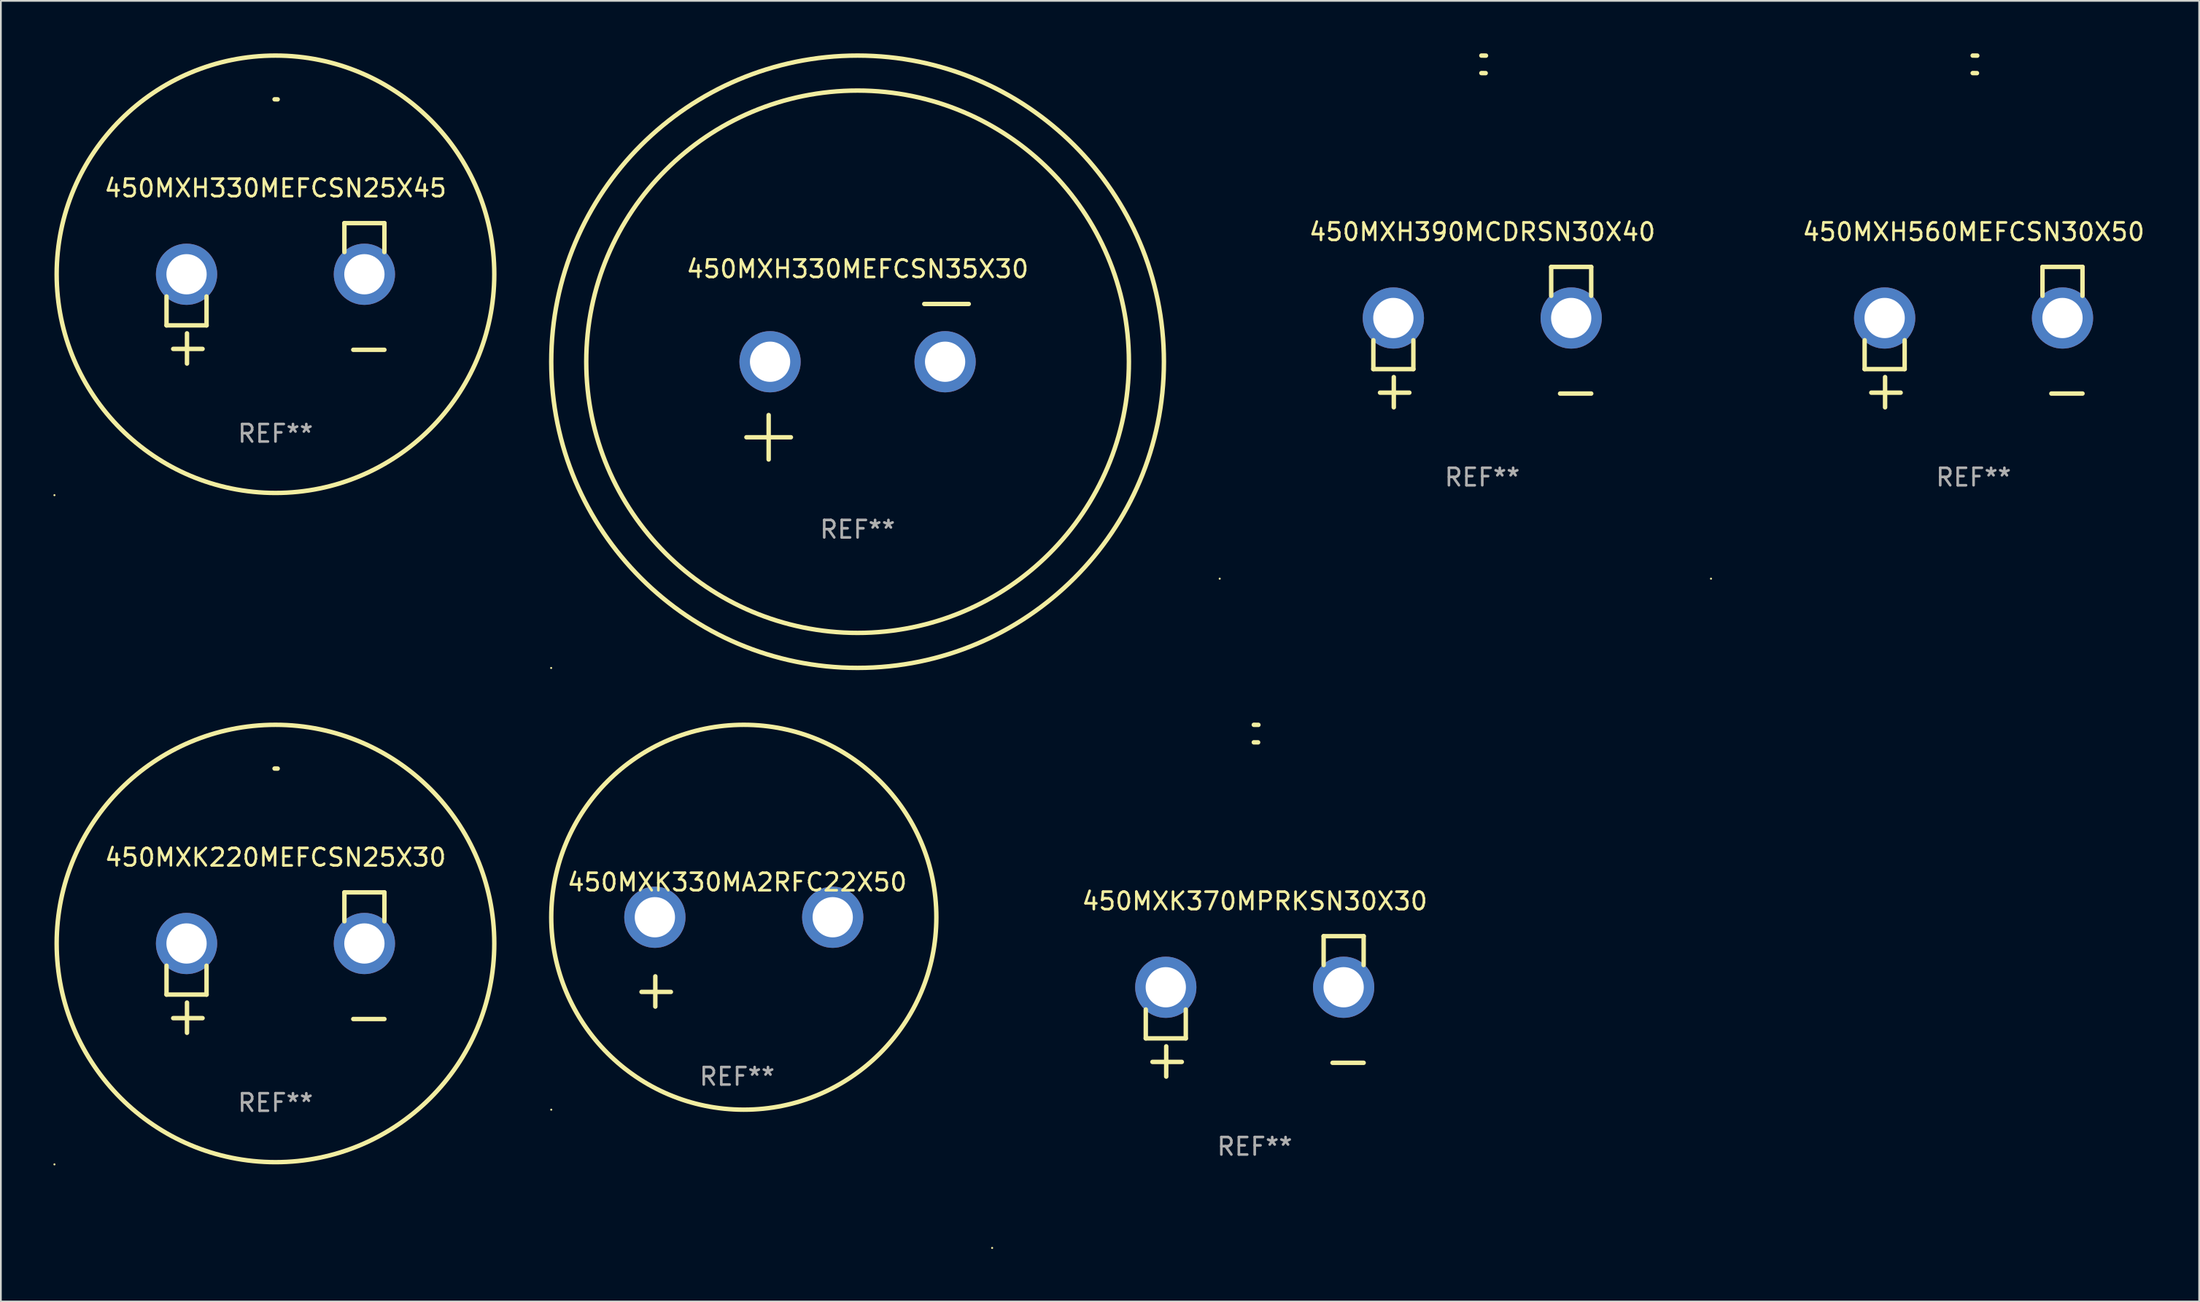
<source format=kicad_pcb>
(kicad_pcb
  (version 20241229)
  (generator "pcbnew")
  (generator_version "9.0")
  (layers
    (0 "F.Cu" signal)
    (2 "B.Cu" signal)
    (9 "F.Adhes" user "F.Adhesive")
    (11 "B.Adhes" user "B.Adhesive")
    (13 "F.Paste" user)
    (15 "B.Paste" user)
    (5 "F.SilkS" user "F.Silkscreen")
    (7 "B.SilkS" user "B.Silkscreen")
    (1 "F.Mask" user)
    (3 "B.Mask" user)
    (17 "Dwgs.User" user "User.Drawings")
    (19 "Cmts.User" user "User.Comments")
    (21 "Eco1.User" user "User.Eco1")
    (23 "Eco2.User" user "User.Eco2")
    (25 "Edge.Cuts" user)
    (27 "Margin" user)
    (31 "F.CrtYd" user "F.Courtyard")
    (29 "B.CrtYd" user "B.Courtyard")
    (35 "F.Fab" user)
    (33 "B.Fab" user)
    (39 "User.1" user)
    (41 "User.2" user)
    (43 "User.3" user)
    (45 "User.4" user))
  (footprint "450MXK370MPRKSN30X30"
    (layer "F.Cu")
    (at 68.628 54.475)
    (property "Reference" "450MXK370MPRKSN30X30" (at 0 -6.013 0) (layer "F.SilkS") (effects (font (size 1 1) (thickness 0.15))))
    (attr through_hole)
    (fp_line (start -6.223 0.178) (end -6.223 1.829) (stroke (width 0.254) (type solid)) (layer "F.SilkS"))
    (fp_line (start -6.223 1.829) (end -3.937 1.829) (stroke (width 0.254) (type solid)) (layer "F.SilkS"))
    (fp_line (start -5.055 4.013) (end -5.055 2.286) (stroke (width 0.254) (type solid)) (layer "F.SilkS"))
    (fp_line (start -4.166 3.175) (end -5.842 3.175) (stroke (width 0.254) (type solid)) (layer "F.SilkS"))
    (fp_line (start -3.937 1.829) (end -3.937 0.178) (stroke (width 0.254) (type solid)) (layer "F.SilkS"))
    (fp_line (start 3.937 -4.013) (end 3.937 -2.362) (stroke (width 0.254) (type solid)) (layer "F.SilkS"))
    (fp_line (start 6.223 -4.013) (end 3.937 -4.013) (stroke (width 0.254) (type solid)) (layer "F.SilkS"))
    (fp_line (start 6.223 -2.362) (end 6.223 -4.013) (stroke (width 0.254) (type solid)) (layer "F.SilkS"))
    (fp_line (start 6.223 3.226) (end 4.445 3.226) (stroke (width 0.254) (type solid)) (layer "F.SilkS"))
    (fp_arc (start -0.0508 -16.093472) (mid 0.080016 -16.092762) (end 0.210821 -16.090932) (stroke (width 0.254001) (type solid)) (layer "F.SilkS"))
    (fp_arc (start -0.0508 -15.09271) (mid 0.071125 -15.091961) (end 0.19304 -15.09017) (stroke (width 0.254001) (type solid)) (layer "F.SilkS"))
    (fp_circle (center -15 13.808) (end -14.97 13.808) (stroke (width 0.06) (type solid)) (fill no) (layer "F.SilkS"))
    (fp_text user "REF**" (at 0 8.013 0) (layer "F.Fab") (effects (font (size 1 1) (thickness 0.15))))
    (pad "1" thru_hole circle (at -5.08 -1.092) (size 3.5 3.5) (drill 2.3) (layers "*.Cu" "*.Mask"))
    (pad "2" thru_hole circle (at 5.08 -1.092) (size 3.5 3.5) (drill 2.3) (layers "*.Cu" "*.Mask")))
  (footprint "450MXH560MEFCSN30X50"
    (layer "F.Cu")
    (at 109.694 16.22)
    (property "Reference" "450MXH560MEFCSN30X50" (at 0 -6.013 0) (layer "F.SilkS") (effects (font (size 1 1) (thickness 0.15))))
    (attr through_hole)
    (fp_line (start -6.223 0.178) (end -6.223 1.829) (stroke (width 0.254) (type solid)) (layer "F.SilkS"))
    (fp_line (start -6.223 1.829) (end -3.937 1.829) (stroke (width 0.254) (type solid)) (layer "F.SilkS"))
    (fp_line (start -5.055 4.013) (end -5.055 2.286) (stroke (width 0.254) (type solid)) (layer "F.SilkS"))
    (fp_line (start -4.166 3.175) (end -5.842 3.175) (stroke (width 0.254) (type solid)) (layer "F.SilkS"))
    (fp_line (start -3.937 1.829) (end -3.937 0.178) (stroke (width 0.254) (type solid)) (layer "F.SilkS"))
    (fp_line (start 3.937 -4.013) (end 3.937 -2.362) (stroke (width 0.254) (type solid)) (layer "F.SilkS"))
    (fp_line (start 6.223 -4.013) (end 3.937 -4.013) (stroke (width 0.254) (type solid)) (layer "F.SilkS"))
    (fp_line (start 6.223 -2.362) (end 6.223 -4.013) (stroke (width 0.254) (type solid)) (layer "F.SilkS"))
    (fp_line (start 6.223 3.226) (end 4.445 3.226) (stroke (width 0.254) (type solid)) (layer "F.SilkS"))
    (fp_arc (start -0.0508 -16.093472) (mid 0.080016 -16.092762) (end 0.210821 -16.090932) (stroke (width 0.254001) (type solid)) (layer "F.SilkS"))
    (fp_arc (start -0.0508 -15.09271) (mid 0.071125 -15.091961) (end 0.19304 -15.09017) (stroke (width 0.254001) (type solid)) (layer "F.SilkS"))
    (fp_circle (center -15 13.808) (end -14.97 13.808) (stroke (width 0.06) (type solid)) (fill no) (layer "F.SilkS"))
    (fp_text user "REF**" (at 0 8.013 0) (layer "F.Fab") (effects (font (size 1 1) (thickness 0.15))))
    (pad "1" thru_hole circle (at -5.08 -1.092) (size 3.5 3.5) (drill 2.3) (layers "*.Cu" "*.Mask"))
    (pad "2" thru_hole circle (at 5.08 -1.092) (size 3.5 3.5) (drill 2.3) (layers "*.Cu" "*.Mask")))
  (footprint "450MXH330MEFCSN25X45"
    (layer "F.Cu")
    (at 12.687 13.719)
    (property "Reference" "450MXH330MEFCSN25X45" (at 0 -6.013 0) (layer "F.SilkS") (effects (font (size 1 1) (thickness 0.15))))
    (attr through_hole)
    (fp_line (start -6.223 0.178) (end -6.223 1.829) (stroke (width 0.254) (type solid)) (layer "F.SilkS"))
    (fp_line (start -6.223 1.829) (end -3.937 1.829) (stroke (width 0.254) (type solid)) (layer "F.SilkS"))
    (fp_line (start -5.055 4.013) (end -5.055 2.286) (stroke (width 0.254) (type solid)) (layer "F.SilkS"))
    (fp_line (start -4.166 3.175) (end -5.842 3.175) (stroke (width 0.254) (type solid)) (layer "F.SilkS"))
    (fp_line (start -3.937 1.829) (end -3.937 0.178) (stroke (width 0.254) (type solid)) (layer "F.SilkS"))
    (fp_line (start 3.937 -4.013) (end 3.937 -2.362) (stroke (width 0.254) (type solid)) (layer "F.SilkS"))
    (fp_line (start 6.223 -4.013) (end 3.937 -4.013) (stroke (width 0.254) (type solid)) (layer "F.SilkS"))
    (fp_line (start 6.223 -2.362) (end 6.223 -4.013) (stroke (width 0.254) (type solid)) (layer "F.SilkS"))
    (fp_line (start 6.223 3.226) (end 4.445 3.226) (stroke (width 0.254) (type solid)) (layer "F.SilkS"))
    (fp_arc (start -0.0508 -11.092202) (mid 0.036835 -11.091307) (end 0.12446 -11.089662) (stroke (width 0.254001) (type solid)) (layer "F.SilkS"))
    (fp_circle (center -12.627 11.535) (end -12.597 11.535) (stroke (width 0.06) (type solid)) (fill no) (layer "F.SilkS"))
    (fp_circle (center 0 -1.092) (end 12.5 -1.092) (stroke (width 0.254) (type solid)) (fill no) (layer "F.SilkS"))
    (fp_text user "REF**" (at 0 8.013 0) (layer "F.Fab") (effects (font (size 1 1) (thickness 0.15))))
    (pad "1" thru_hole circle (at -5.08 -1.092) (size 3.5 3.5) (drill 2.3) (layers "*.Cu" "*.Mask"))
    (pad "2" thru_hole circle (at 5.08 -1.092) (size 3.5 3.5) (drill 2.3) (layers "*.Cu" "*.Mask")))
  (footprint "450MXH330MEFCSN35X30"
    (layer "F.Cu")
    (at 45.941 18.77)
    (property "Reference" "450MXH330MEFCSN35X30" (at 0 -6.445 0) (layer "F.SilkS") (effects (font (size 1 1) (thickness 0.15))))
    (attr through_hole)
    (fp_line (start -6.35 3.175) (end -3.81 3.175) (stroke (width 0.254) (type solid)) (layer "F.SilkS"))
    (fp_line (start -5.08 1.905) (end -5.08 4.445) (stroke (width 0.254) (type solid)) (layer "F.SilkS"))
    (fp_line (start 3.81 -4.445) (end 6.35 -4.445) (stroke (width 0.254) (type solid)) (layer "F.SilkS"))
    (fp_circle (center -17.505 16.362) (end -17.475 16.362) (stroke (width 0.06) (type solid)) (fill no) (layer "F.SilkS"))
    (fp_circle (center 0 -1.143) (end 15.5 -1.143) (stroke (width 0.254) (type solid)) (fill no) (layer "F.SilkS"))
    (fp_circle (center 0 -1.143) (end 17.5 -1.143) (stroke (width 0.254) (type solid)) (fill no) (layer "F.SilkS"))
    (fp_text user "REF**" (at 0 8.445 0) (layer "F.Fab") (effects (font (size 1 1) (thickness 0.15))))
    (pad "1" thru_hole circle (at -5 -1.143) (size 3.5 3.5) (drill 2.3) (layers "*.Cu" "*.Mask"))
    (pad "2" thru_hole circle (at 5 -1.143) (size 3.5 3.5) (drill 2.3) (layers "*.Cu" "*.Mask")))
  (footprint "450MXH390MCDRSN30X40"
    (layer "F.Cu")
    (at 81.628 16.22)
    (property "Reference" "450MXH390MCDRSN30X40" (at 0 -6.013 0) (layer "F.SilkS") (effects (font (size 1 1) (thickness 0.15))))
    (attr through_hole)
    (fp_line (start -6.223 0.178) (end -6.223 1.829) (stroke (width 0.254) (type solid)) (layer "F.SilkS"))
    (fp_line (start -6.223 1.829) (end -3.937 1.829) (stroke (width 0.254) (type solid)) (layer "F.SilkS"))
    (fp_line (start -5.055 4.013) (end -5.055 2.286) (stroke (width 0.254) (type solid)) (layer "F.SilkS"))
    (fp_line (start -4.166 3.175) (end -5.842 3.175) (stroke (width 0.254) (type solid)) (layer "F.SilkS"))
    (fp_line (start -3.937 1.829) (end -3.937 0.178) (stroke (width 0.254) (type solid)) (layer "F.SilkS"))
    (fp_line (start 3.937 -4.013) (end 3.937 -2.362) (stroke (width 0.254) (type solid)) (layer "F.SilkS"))
    (fp_line (start 6.223 -4.013) (end 3.937 -4.013) (stroke (width 0.254) (type solid)) (layer "F.SilkS"))
    (fp_line (start 6.223 -2.362) (end 6.223 -4.013) (stroke (width 0.254) (type solid)) (layer "F.SilkS"))
    (fp_line (start 6.223 3.226) (end 4.445 3.226) (stroke (width 0.254) (type solid)) (layer "F.SilkS"))
    (fp_arc (start -0.0508 -16.093472) (mid 0.080016 -16.092762) (end 0.210821 -16.090932) (stroke (width 0.254001) (type solid)) (layer "F.SilkS"))
    (fp_arc (start -0.0508 -15.09271) (mid 0.071125 -15.091961) (end 0.19304 -15.09017) (stroke (width 0.254001) (type solid)) (layer "F.SilkS"))
    (fp_circle (center -15 13.808) (end -14.97 13.808) (stroke (width 0.06) (type solid)) (fill no) (layer "F.SilkS"))
    (fp_text user "REF**" (at 0 8.013 0) (layer "F.Fab") (effects (font (size 1 1) (thickness 0.15))))
    (pad "1" thru_hole circle (at -5.08 -1.092) (size 3.5 3.5) (drill 2.3) (layers "*.Cu" "*.Mask"))
    (pad "2" thru_hole circle (at 5.08 -1.092) (size 3.5 3.5) (drill 2.3) (layers "*.Cu" "*.Mask")))
  (footprint "450MXK330MA2RFC22X50"
    (layer "F.Cu")
    (at 39.06 51.934)
    (property "Reference" "450MXK330MA2RFC22X50" (at 0 -4.553 0) (layer "F.SilkS") (effects (font (size 1 1) (thickness 0.15))))
    (attr through_hole)
    (fp_line (start -4.674 2.553) (end -4.674 0.826) (stroke (width 0.254) (type solid)) (layer "F.SilkS"))
    (fp_line (start -3.785 1.715) (end -5.461 1.715) (stroke (width 0.254) (type solid)) (layer "F.SilkS"))
    (fp_circle (center -10.619 8.447) (end -10.589 8.447) (stroke (width 0.06) (type solid)) (fill no) (layer "F.SilkS"))
    (fp_circle (center 0.381 -2.553) (end 11.381 -2.553) (stroke (width 0.254) (type solid)) (fill no) (layer "F.SilkS"))
    (fp_text user "REF**" (at 0 6.553 0) (layer "F.Fab") (effects (font (size 1 1) (thickness 0.15))))
    (pad "1" thru_hole circle (at -4.699 -2.553) (size 3.5 3.5) (drill 2.3) (layers "*.Cu" "*.Mask"))
    (pad "2" thru_hole circle (at 5.461 -2.553) (size 3.5 3.5) (drill 2.3) (layers "*.Cu" "*.Mask")))
  (footprint "450MXK220MEFCSN25X30"
    (layer "F.Cu")
    (at 12.687 51.973)
    (property "Reference" "450MXK220MEFCSN25X30" (at 0 -6.013 0) (layer "F.SilkS") (effects (font (size 1 1) (thickness 0.15))))
    (attr through_hole)
    (fp_line (start -6.223 0.178) (end -6.223 1.829) (stroke (width 0.254) (type solid)) (layer "F.SilkS"))
    (fp_line (start -6.223 1.829) (end -3.937 1.829) (stroke (width 0.254) (type solid)) (layer "F.SilkS"))
    (fp_line (start -5.055 4.013) (end -5.055 2.286) (stroke (width 0.254) (type solid)) (layer "F.SilkS"))
    (fp_line (start -4.166 3.175) (end -5.842 3.175) (stroke (width 0.254) (type solid)) (layer "F.SilkS"))
    (fp_line (start -3.937 1.829) (end -3.937 0.178) (stroke (width 0.254) (type solid)) (layer "F.SilkS"))
    (fp_line (start 3.937 -4.013) (end 3.937 -2.362) (stroke (width 0.254) (type solid)) (layer "F.SilkS"))
    (fp_line (start 6.223 -4.013) (end 3.937 -4.013) (stroke (width 0.254) (type solid)) (layer "F.SilkS"))
    (fp_line (start 6.223 -2.362) (end 6.223 -4.013) (stroke (width 0.254) (type solid)) (layer "F.SilkS"))
    (fp_line (start 6.223 3.226) (end 4.445 3.226) (stroke (width 0.254) (type solid)) (layer "F.SilkS"))
    (fp_arc (start -0.0508 -11.092202) (mid 0.036835 -11.091307) (end 0.12446 -11.089662) (stroke (width 0.254001) (type solid)) (layer "F.SilkS"))
    (fp_circle (center -12.627 11.535) (end -12.597 11.535) (stroke (width 0.06) (type solid)) (fill no) (layer "F.SilkS"))
    (fp_circle (center 0 -1.092) (end 12.5 -1.092) (stroke (width 0.254) (type solid)) (fill no) (layer "F.SilkS"))
    (fp_text user "REF**" (at 0 8.013 0) (layer "F.Fab") (effects (font (size 1 1) (thickness 0.15))))
    (pad "1" thru_hole circle (at -5.08 -1.092) (size 3.5 3.5) (drill 2.3) (layers "*.Cu" "*.Mask"))
    (pad "2" thru_hole circle (at 5.08 -1.092) (size 3.5 3.5) (drill 2.3) (layers "*.Cu" "*.Mask")))
  (gr_rect
    (start -3 -3)
    (end 122.581 71.343)
    (stroke (width 0.1) (type default))
    (fill no)
    (layer "Edge.Cuts")))
</source>
